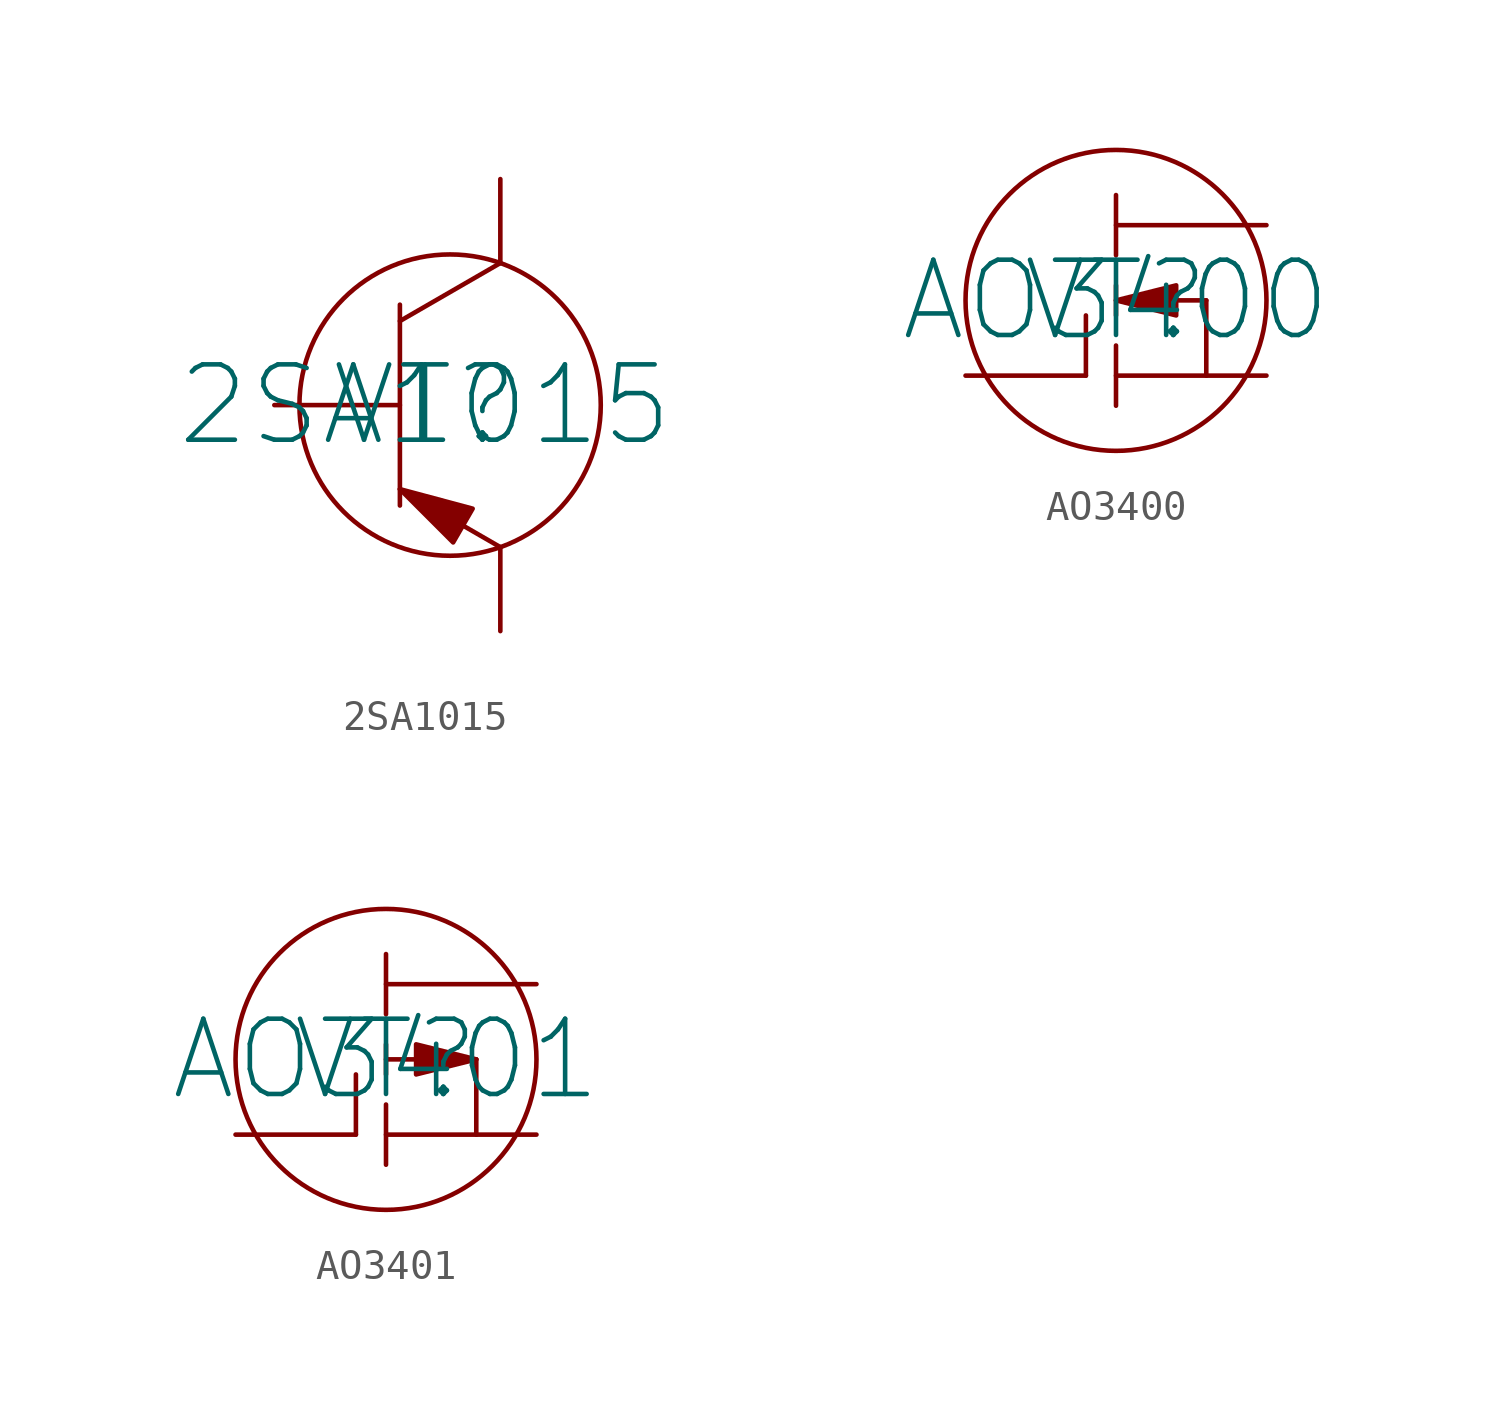
<source format=kicad_sym>
(kicad_symbol_lib
  (version 20220914)
  (generator kicad_symbol_editor)
  (symbol "2SA1015"
    (pin_numbers hide)
    (pin_names hide)
    (property "Reference" "VT"
      (at 0 0 0)
      (effects (font (size 2.5 2.5))))
    (property "Value" "2SA1015"
      (at 0 0 0)
      (effects (font (size 2.5 2.5))))
    (symbol "2SA1015_0_1"
      (polyline (pts (xy -0.833 -2.789) (xy 2.5 -4.714)) (stroke (width 0) (type default)) (fill (type none)))
      (polyline (pts (xy -0.833 2.789) (xy 2.5 4.714)) (stroke (width 0) (type default)) (fill (type none)))
      (polyline (pts (xy -0.833 3.333) (xy -0.833 -3.333)) (stroke (width 0) (type default)) (fill (type none)))
      (circle (center 0.833 0) (radius 5) (stroke (width 0) (type default)) (fill (type none))))
    (symbol "2SA1015_1_1"
      (polyline (pts (xy -0.833 -2.789) (xy 1.581 -3.437) (xy 0.934 -4.557) (xy -0.833 -2.789)) (stroke (width 0) (type default)) (fill (type outline)))
      (pin input line (at -5 0 0) (length 4.167) (name "" (effects (font (size 1.27 1.27)))) (number "1" (effects (font (size 1.27 1.27)))))
      (pin input line (at 2.5 -7.5 90) (length 2.786) (name "" (effects (font (size 1.27 1.27)))) (number "2" (effects (font (size 1.27 1.27)))))
      (pin input line (at 2.5 7.5 270) (length 2.786) (name "" (effects (font (size 1.27 1.27)))) (number "3" (effects (font (size 1.27 1.27)))))))
  (symbol "AO3400"
    (pin_numbers hide)
    (property "Reference" "VT"
      (at 0 0 0)
      (effects (font (size 2.5 2.5))))
    (property "Value" "AO3400"
      (at 0 0 0)
      (effects (font (size 2.5 2.5))))
    (symbol "AO3400_0_1"
      (polyline (pts (xy -1 -2.5) (xy -1 -0.5)) (stroke (width 0) (type default)) (fill (type none)))
      (polyline (pts (xy 0 -1.5) (xy 0 -3.5)) (stroke (width 0) (type default)) (fill (type none)))
      (polyline (pts (xy 0 0) (xy 3 0)) (stroke (width 0) (type default)) (fill (type none)))
      (polyline (pts (xy 0 0.5) (xy 0 -0.5)) (stroke (width 0) (type default)) (fill (type none)))
      (polyline (pts (xy 0 3.5) (xy 0 1.5)) (stroke (width 0) (type default)) (fill (type none)))
      (polyline (pts (xy 3 0) (xy 3 -2.5)) (stroke (width 0) (type default)) (fill (type none)))
      (circle (center 0 0) (radius 5) (stroke (width 0) (type default)) (fill (type none))))
    (symbol "AO3400_1_1"
      (polyline (pts (xy 0 0) (xy 2 0.5) (xy 2 -0.5) (xy 0 0)) (stroke (width 0) (type default)) (fill (type outline)))
      (pin input line (at -5 -2.5 0) (length 4) (name "" (effects (font (size 1.27 1.27)))) (number "1" (effects (font (size 1.27 1.27)))))
      (pin input line (at 5 -2.5 180) (length 5) (name "" (effects (font (size 1.27 1.27)))) (number "2" (effects (font (size 1.27 1.27)))))
      (pin input line (at 5 2.5 180) (length 5) (name "" (effects (font (size 1.27 1.27)))) (number "3" (effects (font (size 1.27 1.27)))))))
  (symbol "AO3401"
    (pin_numbers hide)
    (property "Reference" "VT"
      (at 0 0 0)
      (effects (font (size 2.5 2.5))))
    (property "Value" "AO3401"
      (at 0 0 0)
      (effects (font (size 2.5 2.5))))
    (symbol "AO3401_0_1"
      (polyline (pts (xy -1 -2.5) (xy -1 -0.5)) (stroke (width 0) (type default)) (fill (type none)))
      (polyline (pts (xy 0 -1.5) (xy 0 -3.5)) (stroke (width 0) (type default)) (fill (type none)))
      (polyline (pts (xy 0 0) (xy 3 0)) (stroke (width 0) (type default)) (fill (type none)))
      (polyline (pts (xy 0 0.5) (xy 0 -0.5)) (stroke (width 0) (type default)) (fill (type none)))
      (polyline (pts (xy 0 3.5) (xy 0 1.5)) (stroke (width 0) (type default)) (fill (type none)))
      (polyline (pts (xy 3 0) (xy 3 -2.5)) (stroke (width 0) (type default)) (fill (type none)))
      (circle (center 0 0) (radius 5) (stroke (width 0) (type default)) (fill (type none))))
    (symbol "AO3401_1_1"
      (polyline (pts (xy 3 0) (xy 1 0.5) (xy 1 -0.5) (xy 3 0)) (stroke (width 0) (type default)) (fill (type outline)))
      (pin input line (at -5 -2.5 0) (length 4) (name "" (effects (font (size 1.27 1.27)))) (number "1" (effects (font (size 1.27 1.27)))))
      (pin input line (at 5 -2.5 180) (length 5) (name "" (effects (font (size 1.27 1.27)))) (number "2" (effects (font (size 1.27 1.27)))))
      (pin input line (at 5 2.5 180) (length 5) (name "" (effects (font (size 1.27 1.27)))) (number "3" (effects (font (size 1.27 1.27))))))))
</source>
